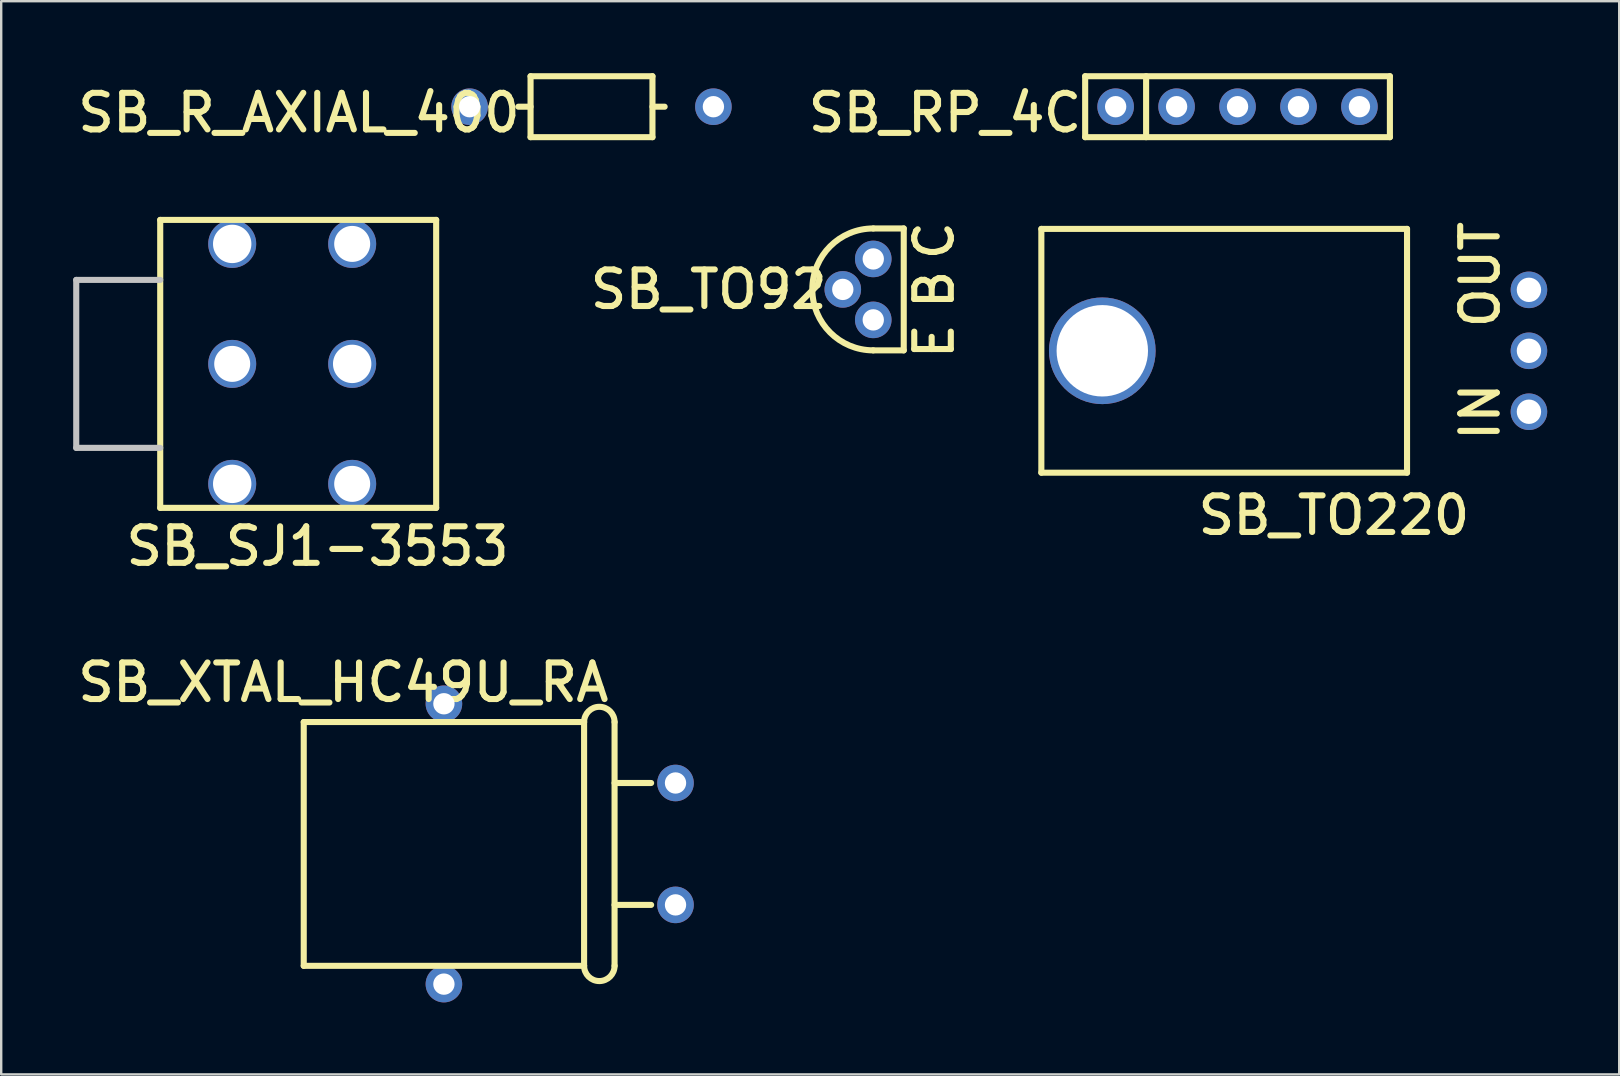
<source format=kicad_pcb>
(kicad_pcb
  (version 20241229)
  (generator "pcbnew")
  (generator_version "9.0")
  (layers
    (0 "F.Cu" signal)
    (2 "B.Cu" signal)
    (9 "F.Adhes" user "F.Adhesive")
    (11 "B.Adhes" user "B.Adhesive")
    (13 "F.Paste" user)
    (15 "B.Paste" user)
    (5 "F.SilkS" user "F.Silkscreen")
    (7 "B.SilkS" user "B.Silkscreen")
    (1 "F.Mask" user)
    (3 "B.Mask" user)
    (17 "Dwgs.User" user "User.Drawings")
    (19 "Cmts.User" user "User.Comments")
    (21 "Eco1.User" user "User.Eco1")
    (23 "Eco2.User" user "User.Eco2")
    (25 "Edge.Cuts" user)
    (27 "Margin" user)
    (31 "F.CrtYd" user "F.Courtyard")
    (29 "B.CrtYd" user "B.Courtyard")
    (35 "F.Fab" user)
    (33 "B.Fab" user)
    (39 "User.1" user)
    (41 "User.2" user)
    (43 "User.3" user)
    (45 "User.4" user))
  (footprint "SB_R_AXIAL_400"
    (layer "F.Cu")
    (at 16.521 1.397)
    (property "Reference" "SB_R_AXIAL_400" (at -7.112 0.254 0) (layer "F.SilkS") (effects (font (size 1.524 1.524) (thickness 0.254))))
    (attr through_hole)
    (fp_line (start 2.54 -1.27) (end 2.54 1.27) (stroke (width 0.254) (type solid)) (layer "F.SilkS"))
    (fp_line (start 2.54 -1.27) (end 7.62 -1.27) (stroke (width 0.254) (type solid)) (layer "F.SilkS"))
    (fp_line (start 2.54 0) (end 2.032 0) (stroke (width 0.254) (type solid)) (layer "F.SilkS"))
    (fp_line (start 2.54 1.27) (end 7.62 1.27) (stroke (width 0.254) (type solid)) (layer "F.SilkS"))
    (fp_line (start 7.62 0) (end 8.128 0) (stroke (width 0.254) (type solid)) (layer "F.SilkS"))
    (fp_line (start 7.62 1.27) (end 7.62 -1.27) (stroke (width 0.254) (type solid)) (layer "F.SilkS"))
    (pad "1" thru_hole circle (at 0 0 270) (size 1.524 1.524) (drill 0.889) (layers "*.Cu" "*.Mask"))
    (pad "2" thru_hole circle (at 10.16 0 270) (size 1.524 1.524) (drill 0.889) (layers "*.Cu" "*.Mask")))
  (footprint "SB_TO92"
    (layer "F.Cu")
    (at 33.343 10.281)
    (property "Reference" "SB_TO92" (at -6.858 -1.27 0) (layer "F.SilkS") (effects (font (size 1.524 1.524) (thickness 0.254))))
    (attr through_hole)
    (fp_line (start 0 1.27) (end 1.27 1.27) (stroke (width 0.254) (type solid)) (layer "F.SilkS"))
    (fp_line (start 1.27 -3.81) (end 0 -3.81) (stroke (width 0.254) (type solid)) (layer "F.SilkS"))
    (fp_line (start 1.27 1.27) (end 1.27 -3.81) (stroke (width 0.254) (type solid)) (layer "F.SilkS"))
    (fp_arc (start 0 1.27) (mid -2.54 -1.27) (end 0 -3.81) (stroke (width 0.254) (type solid)) (layer "F.SilkS"))
    (fp_text user "E" (at 2.54 0.889 90) (layer "F.SilkS") (effects (font (size 1.524 1.524) (thickness 0.254))))
    (fp_text user "C" (at 2.54 -3.302 90) (layer "F.SilkS") (effects (font (size 1.524 1.524) (thickness 0.254))))
    (fp_text user "B" (at 2.54 -1.27 90) (layer "F.SilkS") (effects (font (size 1.524 1.524) (thickness 0.254))))
    (pad "1" thru_hole circle (at 0 0 270) (size 1.524 1.524) (drill 0.889) (layers "*.Cu" "*.Mask"))
    (pad "2" thru_hole circle (at -1.27 -1.27 270) (size 1.524 1.524) (drill 0.889) (layers "*.Cu" "*.Mask"))
    (pad "3" thru_hole circle (at 0 -2.54 270) (size 1.524 1.524) (drill 0.889) (layers "*.Cu" "*.Mask")))
  (footprint "SB_TO220"
    (layer "F.Cu")
    (at 60.668 14.109)
    (property "Reference" "SB_TO220" (at -8.128 4.318 0) (layer "F.SilkS") (effects (font (size 1.524 1.524) (thickness 0.254))))
    (attr through_hole)
    (fp_line (start -20.32 -7.62) (end -20.32 2.54) (stroke (width 0.254) (type solid)) (layer "F.SilkS"))
    (fp_line (start -20.32 2.54) (end -5.08 2.54) (stroke (width 0.254) (type solid)) (layer "F.SilkS"))
    (fp_line (start -5.08 -7.62) (end -20.32 -7.62) (stroke (width 0.254) (type solid)) (layer "F.SilkS"))
    (fp_line (start -5.08 2.54) (end -5.08 -7.62) (stroke (width 0.254) (type solid)) (layer "F.SilkS"))
    (fp_text user "OUT" (at -2.032 -5.715 90) (layer "F.SilkS") (effects (font (size 1.524 1.524) (thickness 0.254))))
    (fp_text user "IN" (at -2.032 0 90) (layer "F.SilkS") (effects (font (size 1.524 1.524) (thickness 0.254))))
    (pad "1" thru_hole circle (at 0 0 270) (size 1.524 1.524) (drill 1.016) (layers "*.Cu" "*.Mask"))
    (pad "2" thru_hole circle (at -17.78 -2.54 270) (size 4.445 4.445) (drill 3.81) (layers "*.Cu" "*.Mask"))
    (pad "2" thru_hole circle (at 0 -2.54 270) (size 1.524 1.524) (drill 1.016) (layers "*.Cu" "*.Mask"))
    (pad "3" thru_hole circle (at 0 -5.08 270) (size 1.524 1.524) (drill 1.016) (layers "*.Cu" "*.Mask")))
  (footprint "SB_XTAL_HC49U_RA"
    (layer "F.Cu")
    (at 25.102 34.661)
    (property "Reference" "SB_XTAL_HC49U_RA" (at -13.843 -9.271 0) (layer "F.SilkS") (effects (font (size 1.524 1.524) (thickness 0.254))))
    (attr through_hole)
    (fp_line (start -15.494 -7.62) (end -15.494 2.54) (stroke (width 0.254) (type solid)) (layer "F.SilkS"))
    (fp_line (start -15.494 2.54) (end -3.81 2.54) (stroke (width 0.254) (type solid)) (layer "F.SilkS"))
    (fp_line (start -3.81 -7.62) (end -15.494 -7.62) (stroke (width 0.254) (type solid)) (layer "F.SilkS"))
    (fp_line (start -3.81 -7.62) (end -3.81 2.54) (stroke (width 0.254) (type solid)) (layer "F.SilkS"))
    (fp_line (start -2.54 -7.62) (end -2.54 2.54) (stroke (width 0.254) (type solid)) (layer "F.SilkS"))
    (fp_line (start -1.016 -5.08) (end -2.54 -5.08) (stroke (width 0.254) (type solid)) (layer "F.SilkS"))
    (fp_line (start -1.016 0) (end -2.54 0) (stroke (width 0.254) (type solid)) (layer "F.SilkS"))
    (fp_arc (start -3.81 -7.62) (mid -3.175 -8.255) (end -2.54 -7.62) (stroke (width 0.254) (type solid)) (layer "F.SilkS"))
    (fp_arc (start -2.54 2.54) (mid -3.175 3.175) (end -3.81 2.54) (stroke (width 0.254) (type solid)) (layer "F.SilkS"))
    (pad "1" thru_hole circle (at 0 0 270) (size 1.524 1.524) (drill 0.889) (layers "*.Cu" "*.Mask"))
    (pad "2" thru_hole circle (at -9.652 3.302 270) (size 1.524 1.524) (drill 0.889) (layers "*.Cu" "*.Mask"))
    (pad "3" thru_hole circle (at 0 -5.08 270) (size 1.524 1.524) (drill 0.889) (layers "*.Cu" "*.Mask"))
    (pad "4" thru_hole circle (at -9.652 -8.382 270) (size 1.524 1.524) (drill 0.889) (layers "*.Cu" "*.Mask")))
  (footprint "SB_SJ1-3553"
    (layer "F.Cu")
    (at 6.627 12.115)
    (property "Reference" "SB_SJ1-3553" (at 3.556 7.6 0) (layer "F.SilkS") (effects (font (size 1.524 1.524) (thickness 0.254))))
    (attr through_hole)
    (fp_line (start -3 -6) (end 8.5 -6) (stroke (width 0.254) (type solid)) (layer "F.SilkS"))
    (fp_line (start -3 6) (end -3 -6) (stroke (width 0.254) (type solid)) (layer "F.SilkS"))
    (fp_line (start -3 6) (end 8.5 6) (stroke (width 0.254) (type solid)) (layer "F.SilkS"))
    (fp_line (start 8.5 6) (end 8.5 -6) (stroke (width 0.254) (type solid)) (layer "F.SilkS"))
    (fp_line (start -6.5 -3.5) (end -6.5 3.5) (stroke (width 0.254) (type solid)) (layer "Dwgs.User"))
    (fp_line (start -6.5 3.5) (end -3 3.5) (stroke (width 0.254) (type solid)) (layer "Dwgs.User"))
    (fp_line (start -3 -3.5) (end -6.5 -3.5) (stroke (width 0.254) (type solid)) (layer "Dwgs.User"))
    (pad "0" thru_hole circle (at 0 -5) (size 2 2) (drill 1.6) (layers "*.Cu" "*.Mask"))
    (pad "0" thru_hole circle (at 0 5) (size 2 2) (drill 1.6) (layers "*.Cu" "*.Mask"))
    (pad "0" thru_hole circle (at 5 0) (size 2 2) (drill 1.6) (layers "*.Cu" "*.Mask"))
    (pad "1" thru_hole circle (at 0 0) (size 2 2) (drill 1.5) (layers "*.Cu" "*.Mask"))
    (pad "2" thru_hole circle (at 5 5) (size 2 2) (drill 1.5) (layers "*.Cu" "*.Mask"))
    (pad "3" thru_hole circle (at 5 -5) (size 2 2) (drill 1.5) (layers "*.Cu" "*.Mask")))
  (footprint "SB_RP_4C"
    (layer "F.Cu")
    (at 43.444 1.397)
    (property "Reference" "SB_RP_4C" (at -7.112 0.254 0) (layer "F.SilkS") (effects (font (size 1.524 1.524) (thickness 0.254))))
    (attr through_hole)
    (fp_line (start -1.27 -1.27) (end -1.27 1.27) (stroke (width 0.254) (type solid)) (layer "F.SilkS"))
    (fp_line (start -1.27 1.27) (end 11.43 1.27) (stroke (width 0.254) (type solid)) (layer "F.SilkS"))
    (fp_line (start 1.27 -1.27) (end 1.27 1.27) (stroke (width 0.254) (type solid)) (layer "F.SilkS"))
    (fp_line (start 11.43 -1.27) (end -1.27 -1.27) (stroke (width 0.254) (type solid)) (layer "F.SilkS"))
    (fp_line (start 11.43 1.27) (end 11.43 -1.27) (stroke (width 0.254) (type solid)) (layer "F.SilkS"))
    (pad "1" thru_hole circle (at 0 0 270) (size 1.524 1.524) (drill 0.889) (layers "*.Cu" "*.Mask"))
    (pad "2" thru_hole circle (at 2.54 0 270) (size 1.524 1.524) (drill 0.889) (layers "*.Cu" "*.Mask"))
    (pad "3" thru_hole circle (at 5.08 0) (size 1.524 1.524) (drill 0.889) (layers "*.Cu" "*.Mask"))
    (pad "4" thru_hole circle (at 7.62 0) (size 1.524 1.524) (drill 0.889) (layers "*.Cu" "*.Mask"))
    (pad "5" thru_hole circle (at 10.16 0) (size 1.524 1.524) (drill 0.889) (layers "*.Cu" "*.Mask")))
  (gr_rect
    (start -3 -3)
    (end 64.43 41.725)
    (stroke (width 0.1) (type default))
    (fill no)
    (layer "Edge.Cuts")))
</source>
